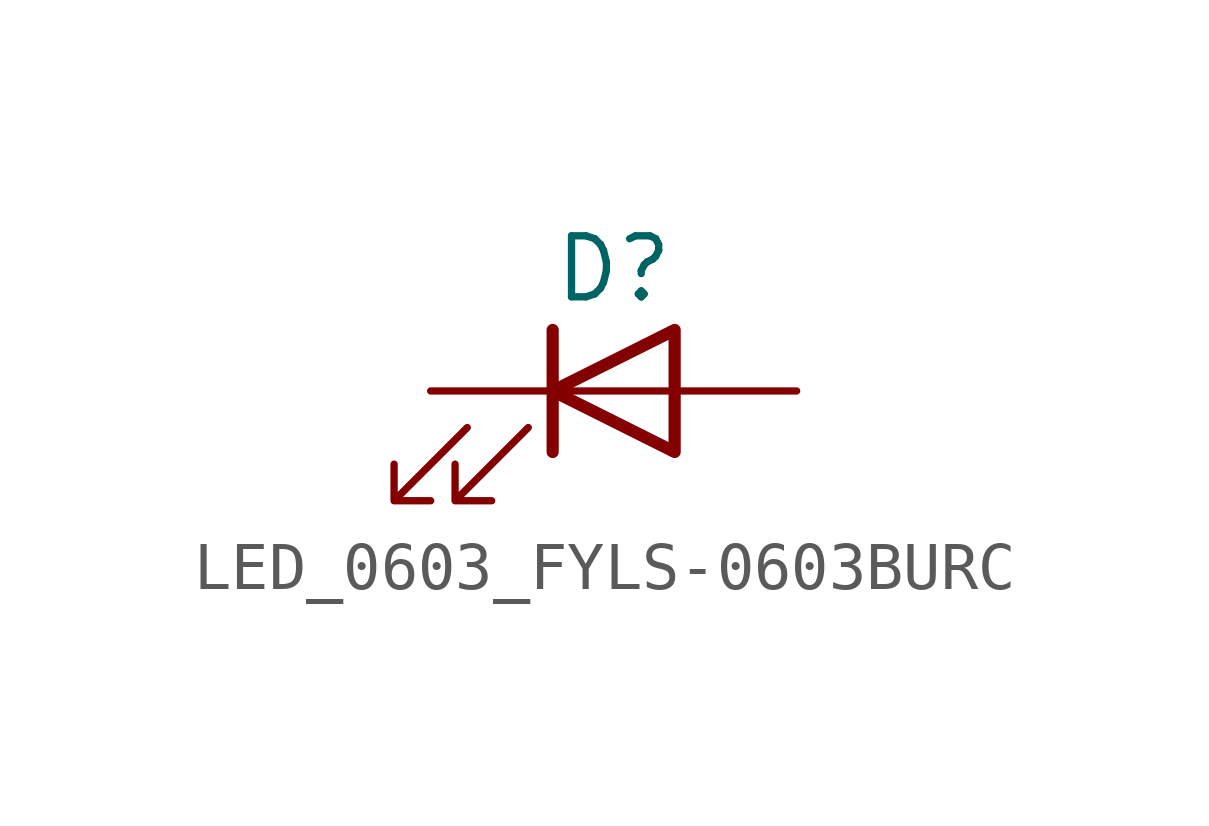
<source format=kicad_sym>
(kicad_symbol_lib
  (version 20220914)
  (generator kicad_symbol_editor)
  (symbol "LED_0603_FYLS-0603BURC"
    (pin_numbers hide)
    (pin_names
      (offset 1.016) hide)
    (property "Reference" "D"
      (at 0 2.54 0)
      (effects (font (size 1.27 1.27))))
    (symbol "LED_0603_FYLS-0603BURC_0_1"
      (polyline (pts (xy -1.27 -1.27) (xy -1.27 1.27)) (stroke (width 0.254) (type default)) (fill (type none)))
      (polyline (pts (xy -1.27 0) (xy 1.27 0)) (stroke (width 0) (type default)) (fill (type none)))
      (polyline (pts (xy 1.27 -1.27) (xy 1.27 1.27) (xy -1.27 0) (xy 1.27 -1.27)) (stroke (width 0.254) (type default)) (fill (type none)))
      (polyline (pts (xy -3.048 -0.762) (xy -4.572 -2.286) (xy -3.81 -2.286) (xy -4.572 -2.286) (xy -4.572 -1.524)) (stroke (width 0) (type default)) (fill (type none)))
      (polyline (pts (xy -1.778 -0.762) (xy -3.302 -2.286) (xy -2.54 -2.286) (xy -3.302 -2.286) (xy -3.302 -1.524)) (stroke (width 0) (type default)) (fill (type none))))
    (symbol "LED_0603_FYLS-0603BURC_1_1"
      (pin passive line (at -3.81 0 0) (length 2.54) (name "K" (effects (font (size 1.27 1.27)))) (number "1" (effects (font (size 1.27 1.27)))))
      (pin passive line (at 3.81 0 180) (length 2.54) (name "A" (effects (font (size 1.27 1.27)))) (number "2" (effects (font (size 1.27 1.27))))))))
</source>
